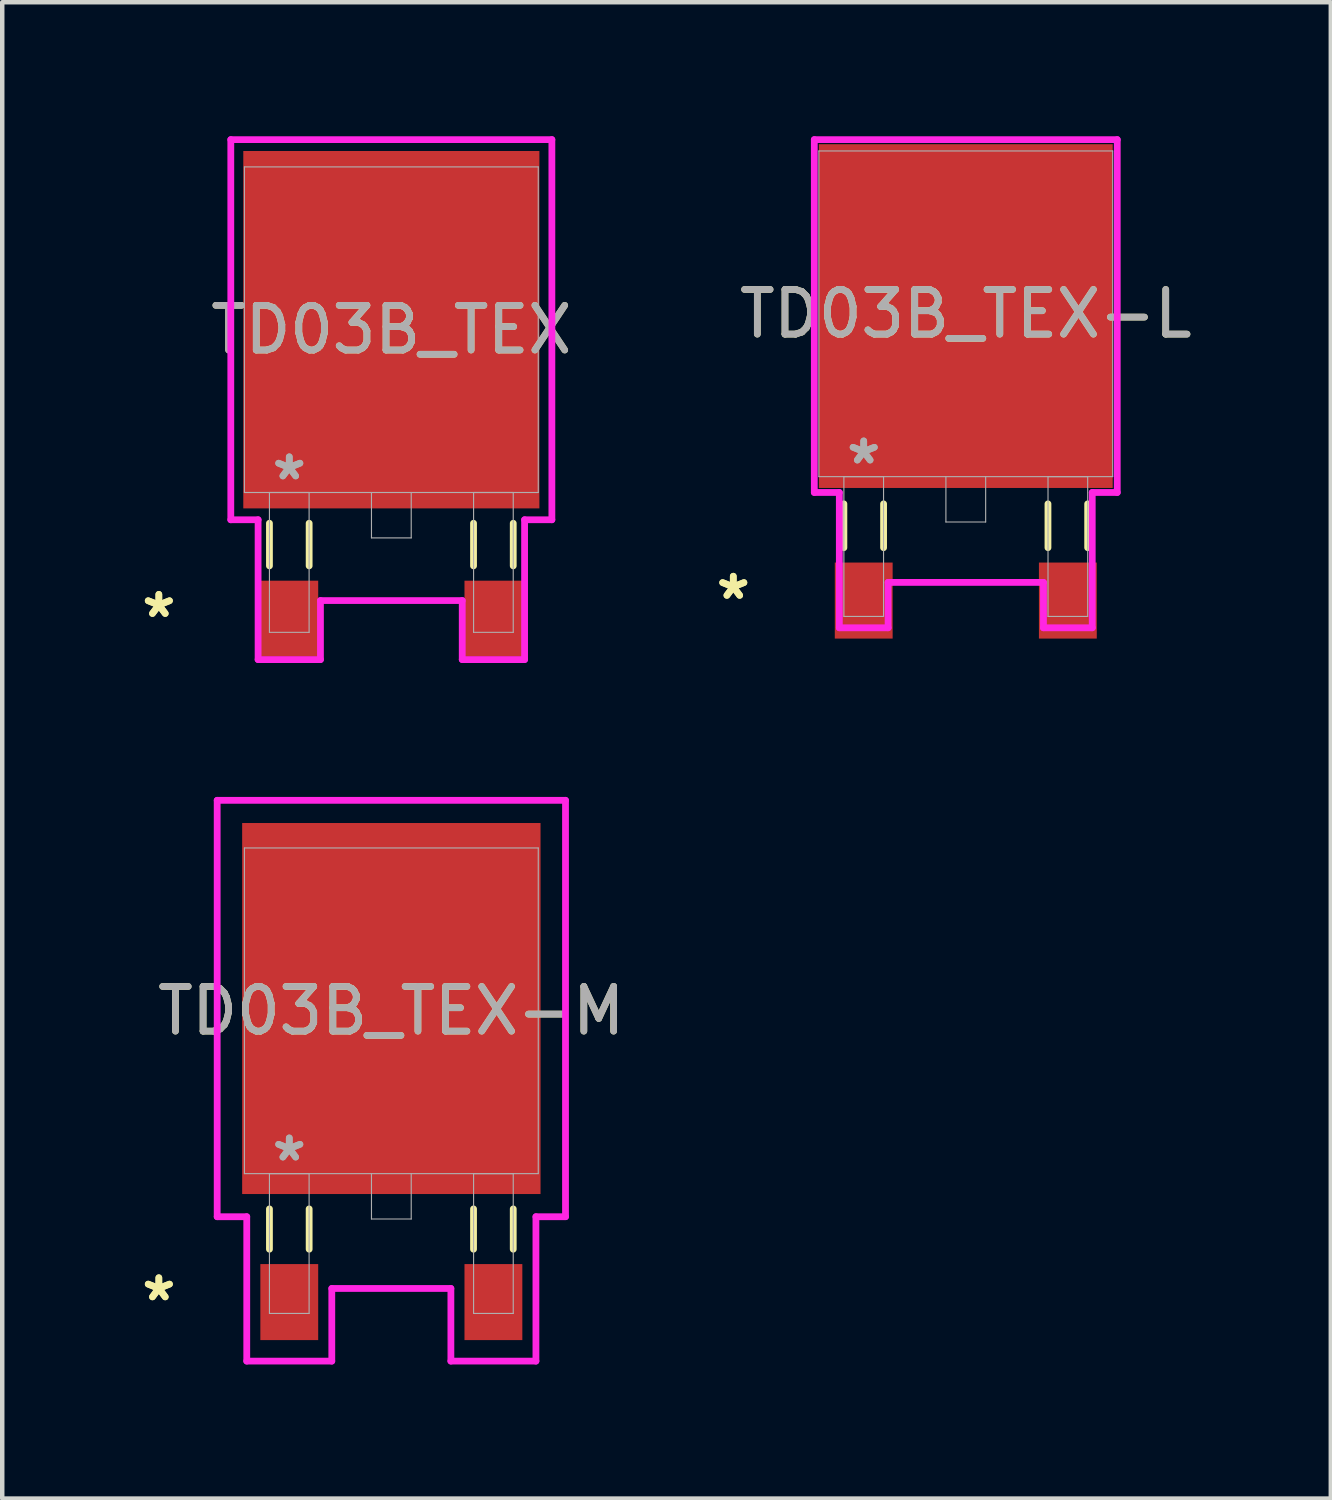
<source format=kicad_pcb>
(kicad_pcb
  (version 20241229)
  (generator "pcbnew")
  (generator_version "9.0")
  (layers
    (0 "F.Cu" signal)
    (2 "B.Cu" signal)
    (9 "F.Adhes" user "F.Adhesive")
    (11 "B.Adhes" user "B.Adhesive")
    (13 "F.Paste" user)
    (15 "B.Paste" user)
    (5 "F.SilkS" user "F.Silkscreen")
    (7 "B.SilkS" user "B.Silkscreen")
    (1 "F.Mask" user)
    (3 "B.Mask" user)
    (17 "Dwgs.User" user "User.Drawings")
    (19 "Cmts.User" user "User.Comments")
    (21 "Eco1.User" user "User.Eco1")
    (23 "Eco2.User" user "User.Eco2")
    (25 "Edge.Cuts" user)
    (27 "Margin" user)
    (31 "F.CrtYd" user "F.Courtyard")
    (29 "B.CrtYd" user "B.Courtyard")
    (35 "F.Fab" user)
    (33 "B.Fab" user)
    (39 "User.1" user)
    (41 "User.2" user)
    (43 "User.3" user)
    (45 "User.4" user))
  (footprint "TD03B_TEX-M"
    (layer "F.Cu")
    (at 5.711 19.579)
    (property "Reference" "TD03B_TEX-M" (at 0 0 0) (unlocked yes) (layer "F.SilkS") (effects (font (size 1 1) (thickness 0.15))))
    (attr smd)
    (fp_line (start -2.729 4.435) (end -2.729 5.337) (stroke (width 0.152) (type solid)) (layer "F.SilkS"))
    (fp_line (start -1.84 4.435) (end -1.84 5.337) (stroke (width 0.152) (type solid)) (layer "F.SilkS"))
    (fp_line (start 1.84 4.435) (end 1.84 5.337) (stroke (width 0.152) (type solid)) (layer "F.SilkS"))
    (fp_line (start 2.729 4.435) (end 2.729 5.337) (stroke (width 0.152) (type solid)) (layer "F.SilkS"))
    (fp_line (start -3.899 -4.712) (end 3.899 -4.712) (stroke (width 0.152) (type solid)) (layer "F.CrtYd"))
    (fp_line (start -3.899 4.61) (end -3.899 -4.712) (stroke (width 0.152) (type solid)) (layer "F.CrtYd"))
    (fp_line (start -3.237 4.61) (end -3.899 4.61) (stroke (width 0.152) (type solid)) (layer "F.CrtYd"))
    (fp_line (start -3.237 7.842) (end -3.237 4.61) (stroke (width 0.152) (type solid)) (layer "F.CrtYd"))
    (fp_line (start -1.333 6.216) (end -1.333 7.842) (stroke (width 0.152) (type solid)) (layer "F.CrtYd"))
    (fp_line (start -1.333 7.842) (end -3.237 7.842) (stroke (width 0.152) (type solid)) (layer "F.CrtYd"))
    (fp_line (start 1.333 6.216) (end -1.333 6.216) (stroke (width 0.152) (type solid)) (layer "F.CrtYd"))
    (fp_line (start 1.333 7.842) (end 1.333 6.216) (stroke (width 0.152) (type solid)) (layer "F.CrtYd"))
    (fp_line (start 3.237 4.61) (end 3.237 7.842) (stroke (width 0.152) (type solid)) (layer "F.CrtYd"))
    (fp_line (start 3.237 7.842) (end 1.333 7.842) (stroke (width 0.152) (type solid)) (layer "F.CrtYd"))
    (fp_line (start 3.899 -4.712) (end 3.899 4.61) (stroke (width 0.152) (type solid)) (layer "F.CrtYd"))
    (fp_line (start 3.899 4.61) (end 3.237 4.61) (stroke (width 0.152) (type solid)) (layer "F.CrtYd"))
    (fp_line (start -3.289 -3.645) (end -3.289 3.645) (stroke (width 0.025) (type solid)) (layer "F.Fab"))
    (fp_line (start -3.289 3.645) (end 3.289 3.645) (stroke (width 0.025) (type solid)) (layer "F.Fab"))
    (fp_line (start -2.729 3.645) (end -2.729 6.775) (stroke (width 0.025) (type solid)) (layer "F.Fab"))
    (fp_line (start -2.729 6.775) (end -1.841 6.775) (stroke (width 0.025) (type solid)) (layer "F.Fab"))
    (fp_line (start -1.841 3.645) (end -2.729 3.645) (stroke (width 0.025) (type solid)) (layer "F.Fab"))
    (fp_line (start -1.841 6.775) (end -1.841 3.645) (stroke (width 0.025) (type solid)) (layer "F.Fab"))
    (fp_line (start -0.445 3.645) (end -0.445 4.661) (stroke (width 0.025) (type solid)) (layer "F.Fab"))
    (fp_line (start -0.445 4.661) (end 0.445 4.661) (stroke (width 0.025) (type solid)) (layer "F.Fab"))
    (fp_line (start 0.445 4.661) (end 0.445 3.645) (stroke (width 0.025) (type solid)) (layer "F.Fab"))
    (fp_line (start 1.841 3.645) (end 1.841 6.775) (stroke (width 0.025) (type solid)) (layer "F.Fab"))
    (fp_line (start 1.841 6.775) (end 2.729 6.775) (stroke (width 0.025) (type solid)) (layer "F.Fab"))
    (fp_line (start 2.729 3.645) (end 1.841 3.645) (stroke (width 0.025) (type solid)) (layer "F.Fab"))
    (fp_line (start 2.729 6.775) (end 2.729 3.645) (stroke (width 0.025) (type solid)) (layer "F.Fab"))
    (fp_line (start 3.289 -3.645) (end -3.289 -3.645) (stroke (width 0.025) (type solid)) (layer "F.Fab"))
    (fp_line (start 3.289 3.645) (end 3.289 -3.645) (stroke (width 0.025) (type solid)) (layer "F.Fab"))
    (fp_text user "*" (at -5.205 6.521 0) (layer "F.SilkS") (effects (font (size 1 1) (thickness 0.15))))
    (fp_text user "*" (at -5.205 6.521 0) (unlocked yes) (layer "F.SilkS") (effects (font (size 1 1) (thickness 0.15))))
    (fp_text user "*" (at -2.285 3.391 0) (layer "F.Fab") (effects (font (size 1 1) (thickness 0.15))))
    (fp_text user "*" (at -2.285 3.391 0) (unlocked yes) (layer "F.Fab") (effects (font (size 1 1) (thickness 0.15))))
    (fp_text user "${REFERENCE}" (at 0 0 0) (unlocked yes) (layer "F.Fab") (effects (font (size 1 1) (thickness 0.15))))
    (pad "1" smd rect (at -2.285 6.521) (size 1.295 1.702) (layers "F.Cu" "F.Mask" "F.Paste"))
    (pad "2" smd rect (at 0 -0.051) (size 6.68 8.306) (layers "F.Cu" "F.Mask" "F.Paste"))
    (pad "3" smd rect (at 2.285 6.521) (size 1.295 1.702) (layers "F.Cu" "F.Mask" "F.Paste")))
  (footprint "TD03B_TEX-L"
    (layer "F.Cu")
    (at 18.571 3.975)
    (property "Reference" "TD03B_TEX-L" (at 0 0 0) (unlocked yes) (layer "F.SilkS") (effects (font (size 1 1) (thickness 0.15))))
    (attr smd)
    (fp_line (start -2.729 4.255) (end -2.729 5.236) (stroke (width 0.152) (type solid)) (layer "F.SilkS"))
    (fp_line (start -1.84 4.255) (end -1.84 5.236) (stroke (width 0.152) (type solid)) (layer "F.SilkS"))
    (fp_line (start 1.84 4.255) (end 1.84 5.236) (stroke (width 0.152) (type solid)) (layer "F.SilkS"))
    (fp_line (start 2.729 4.255) (end 2.729 5.236) (stroke (width 0.152) (type solid)) (layer "F.SilkS"))
    (fp_line (start -3.391 -3.899) (end 3.391 -3.899) (stroke (width 0.152) (type solid)) (layer "F.CrtYd"))
    (fp_line (start -3.391 4) (end -3.391 -3.899) (stroke (width 0.152) (type solid)) (layer "F.CrtYd"))
    (fp_line (start -2.831 4) (end -3.391 4) (stroke (width 0.152) (type solid)) (layer "F.CrtYd"))
    (fp_line (start -2.831 7.029) (end -2.831 4) (stroke (width 0.152) (type solid)) (layer "F.CrtYd"))
    (fp_line (start -1.739 6.013) (end -1.739 7.029) (stroke (width 0.152) (type solid)) (layer "F.CrtYd"))
    (fp_line (start -1.739 7.029) (end -2.831 7.029) (stroke (width 0.152) (type solid)) (layer "F.CrtYd"))
    (fp_line (start 1.739 6.013) (end -1.739 6.013) (stroke (width 0.152) (type solid)) (layer "F.CrtYd"))
    (fp_line (start 1.739 7.029) (end 1.739 6.013) (stroke (width 0.152) (type solid)) (layer "F.CrtYd"))
    (fp_line (start 2.831 4) (end 2.831 7.029) (stroke (width 0.152) (type solid)) (layer "F.CrtYd"))
    (fp_line (start 2.831 7.029) (end 1.739 7.029) (stroke (width 0.152) (type solid)) (layer "F.CrtYd"))
    (fp_line (start 3.391 -3.899) (end 3.391 4) (stroke (width 0.152) (type solid)) (layer "F.CrtYd"))
    (fp_line (start 3.391 4) (end 2.831 4) (stroke (width 0.152) (type solid)) (layer "F.CrtYd"))
    (fp_line (start -3.289 -3.645) (end -3.289 3.645) (stroke (width 0.025) (type solid)) (layer "F.Fab"))
    (fp_line (start -3.289 3.645) (end 3.289 3.645) (stroke (width 0.025) (type solid)) (layer "F.Fab"))
    (fp_line (start -2.729 3.645) (end -2.729 6.775) (stroke (width 0.025) (type solid)) (layer "F.Fab"))
    (fp_line (start -2.729 6.775) (end -1.841 6.775) (stroke (width 0.025) (type solid)) (layer "F.Fab"))
    (fp_line (start -1.841 3.645) (end -2.729 3.645) (stroke (width 0.025) (type solid)) (layer "F.Fab"))
    (fp_line (start -1.841 6.775) (end -1.841 3.645) (stroke (width 0.025) (type solid)) (layer "F.Fab"))
    (fp_line (start -0.445 3.645) (end -0.445 4.661) (stroke (width 0.025) (type solid)) (layer "F.Fab"))
    (fp_line (start -0.445 4.661) (end 0.445 4.661) (stroke (width 0.025) (type solid)) (layer "F.Fab"))
    (fp_line (start 0.445 4.661) (end 0.445 3.645) (stroke (width 0.025) (type solid)) (layer "F.Fab"))
    (fp_line (start 1.841 3.645) (end 1.841 6.775) (stroke (width 0.025) (type solid)) (layer "F.Fab"))
    (fp_line (start 1.841 6.775) (end 2.729 6.775) (stroke (width 0.025) (type solid)) (layer "F.Fab"))
    (fp_line (start 2.729 3.645) (end 1.841 3.645) (stroke (width 0.025) (type solid)) (layer "F.Fab"))
    (fp_line (start 2.729 6.775) (end 2.729 3.645) (stroke (width 0.025) (type solid)) (layer "F.Fab"))
    (fp_line (start 3.289 -3.645) (end -3.289 -3.645) (stroke (width 0.025) (type solid)) (layer "F.Fab"))
    (fp_line (start 3.289 3.645) (end 3.289 -3.645) (stroke (width 0.025) (type solid)) (layer "F.Fab"))
    (fp_text user "*" (at -5.205 6.42 0) (layer "F.SilkS") (effects (font (size 1 1) (thickness 0.15))))
    (fp_text user "*" (at -5.205 6.42 0) (unlocked yes) (layer "F.SilkS") (effects (font (size 1 1) (thickness 0.15))))
    (fp_text user "${REFERENCE}" (at 0 0 0) (unlocked yes) (layer "F.Fab") (effects (font (size 1 1) (thickness 0.15))))
    (fp_text user "*" (at -2.285 3.391 0) (unlocked yes) (layer "F.Fab") (effects (font (size 1 1) (thickness 0.15))))
    (fp_text user "*" (at -2.285 3.391 0) (layer "F.Fab") (effects (font (size 1 1) (thickness 0.15))))
    (pad "1" smd rect (at -2.285 6.42) (size 1.295 1.702) (layers "F.Cu" "F.Mask" "F.Paste"))
    (pad "2" smd rect (at 0 0.051) (size 6.579 7.696) (layers "F.Cu" "F.Mask" "F.Paste"))
    (pad "3" smd rect (at 2.285 6.42) (size 1.295 1.702) (layers "F.Cu" "F.Mask" "F.Paste")))
  (footprint "TD03B_TEX"
    (layer "F.Cu")
    (at 5.711 4.331)
    (property "Reference" "TD03B_TEX" (at 0 0 0) (unlocked yes) (layer "F.SilkS") (effects (font (size 1 1) (thickness 0.15))))
    (attr smd)
    (fp_line (start -2.729 4.333) (end -2.729 5.287) (stroke (width 0.152) (type solid)) (layer "F.SilkS"))
    (fp_line (start -1.84 4.333) (end -1.84 5.287) (stroke (width 0.152) (type solid)) (layer "F.SilkS"))
    (fp_line (start 1.84 4.333) (end 1.84 5.287) (stroke (width 0.152) (type solid)) (layer "F.SilkS"))
    (fp_line (start 2.729 4.333) (end 2.729 5.287) (stroke (width 0.152) (type solid)) (layer "F.SilkS"))
    (fp_line (start -3.594 -4.255) (end 3.594 -4.255) (stroke (width 0.152) (type solid)) (layer "F.CrtYd"))
    (fp_line (start -3.594 4.255) (end -3.594 -4.255) (stroke (width 0.152) (type solid)) (layer "F.CrtYd"))
    (fp_line (start -2.983 4.255) (end -3.594 4.255) (stroke (width 0.152) (type solid)) (layer "F.CrtYd"))
    (fp_line (start -2.983 7.385) (end -2.983 4.255) (stroke (width 0.152) (type solid)) (layer "F.CrtYd"))
    (fp_line (start -1.587 6.064) (end -1.587 7.385) (stroke (width 0.152) (type solid)) (layer "F.CrtYd"))
    (fp_line (start -1.587 7.385) (end -2.983 7.385) (stroke (width 0.152) (type solid)) (layer "F.CrtYd"))
    (fp_line (start 1.587 6.064) (end -1.587 6.064) (stroke (width 0.152) (type solid)) (layer "F.CrtYd"))
    (fp_line (start 1.587 7.385) (end 1.587 6.064) (stroke (width 0.152) (type solid)) (layer "F.CrtYd"))
    (fp_line (start 2.983 4.255) (end 2.983 7.385) (stroke (width 0.152) (type solid)) (layer "F.CrtYd"))
    (fp_line (start 2.983 7.385) (end 1.587 7.385) (stroke (width 0.152) (type solid)) (layer "F.CrtYd"))
    (fp_line (start 3.594 -4.255) (end 3.594 4.255) (stroke (width 0.152) (type solid)) (layer "F.CrtYd"))
    (fp_line (start 3.594 4.255) (end 2.983 4.255) (stroke (width 0.152) (type solid)) (layer "F.CrtYd"))
    (fp_line (start -3.289 -3.645) (end -3.289 3.645) (stroke (width 0.025) (type solid)) (layer "F.Fab"))
    (fp_line (start -3.289 3.645) (end 3.289 3.645) (stroke (width 0.025) (type solid)) (layer "F.Fab"))
    (fp_line (start -2.729 3.645) (end -2.729 6.775) (stroke (width 0.025) (type solid)) (layer "F.Fab"))
    (fp_line (start -2.729 6.775) (end -1.841 6.775) (stroke (width 0.025) (type solid)) (layer "F.Fab"))
    (fp_line (start -1.841 3.645) (end -2.729 3.645) (stroke (width 0.025) (type solid)) (layer "F.Fab"))
    (fp_line (start -1.841 6.775) (end -1.841 3.645) (stroke (width 0.025) (type solid)) (layer "F.Fab"))
    (fp_line (start -0.445 3.645) (end -0.445 4.661) (stroke (width 0.025) (type solid)) (layer "F.Fab"))
    (fp_line (start -0.445 4.661) (end 0.445 4.661) (stroke (width 0.025) (type solid)) (layer "F.Fab"))
    (fp_line (start 0.445 4.661) (end 0.445 3.645) (stroke (width 0.025) (type solid)) (layer "F.Fab"))
    (fp_line (start 1.841 3.645) (end 1.841 6.775) (stroke (width 0.025) (type solid)) (layer "F.Fab"))
    (fp_line (start 1.841 6.775) (end 2.729 6.775) (stroke (width 0.025) (type solid)) (layer "F.Fab"))
    (fp_line (start 2.729 3.645) (end 1.841 3.645) (stroke (width 0.025) (type solid)) (layer "F.Fab"))
    (fp_line (start 2.729 6.775) (end 2.729 3.645) (stroke (width 0.025) (type solid)) (layer "F.Fab"))
    (fp_line (start 3.289 -3.645) (end -3.289 -3.645) (stroke (width 0.025) (type solid)) (layer "F.Fab"))
    (fp_line (start 3.289 3.645) (end 3.289 -3.645) (stroke (width 0.025) (type solid)) (layer "F.Fab"))
    (fp_text user "*" (at -5.205 6.47 0) (layer "F.SilkS") (effects (font (size 1 1) (thickness 0.15))))
    (fp_text user "*" (at -5.205 6.47 0) (unlocked yes) (layer "F.SilkS") (effects (font (size 1 1) (thickness 0.15))))
    (fp_text user "${REFERENCE}" (at 0 0 0) (unlocked yes) (layer "F.Fab") (effects (font (size 1 1) (thickness 0.15))))
    (fp_text user "*" (at -2.285 3.391 0) (unlocked yes) (layer "F.Fab") (effects (font (size 1 1) (thickness 0.15))))
    (fp_text user "*" (at -2.285 3.391 0) (layer "F.Fab") (effects (font (size 1 1) (thickness 0.15))))
    (pad "1" smd rect (at -2.285 6.47) (size 1.295 1.702) (layers "F.Cu" "F.Mask" "F.Paste"))
    (pad "2" smd rect (at 0 0) (size 6.629 8.001) (layers "F.Cu" "F.Mask" "F.Paste"))
    (pad "3" smd rect (at 2.285 6.47) (size 1.295 1.702) (layers "F.Cu" "F.Mask" "F.Paste")))
  (gr_rect
    (start -3 -3)
    (end 26.743 30.498)
    (stroke (width 0.1) (type default))
    (fill no)
    (layer "Edge.Cuts")))
</source>
